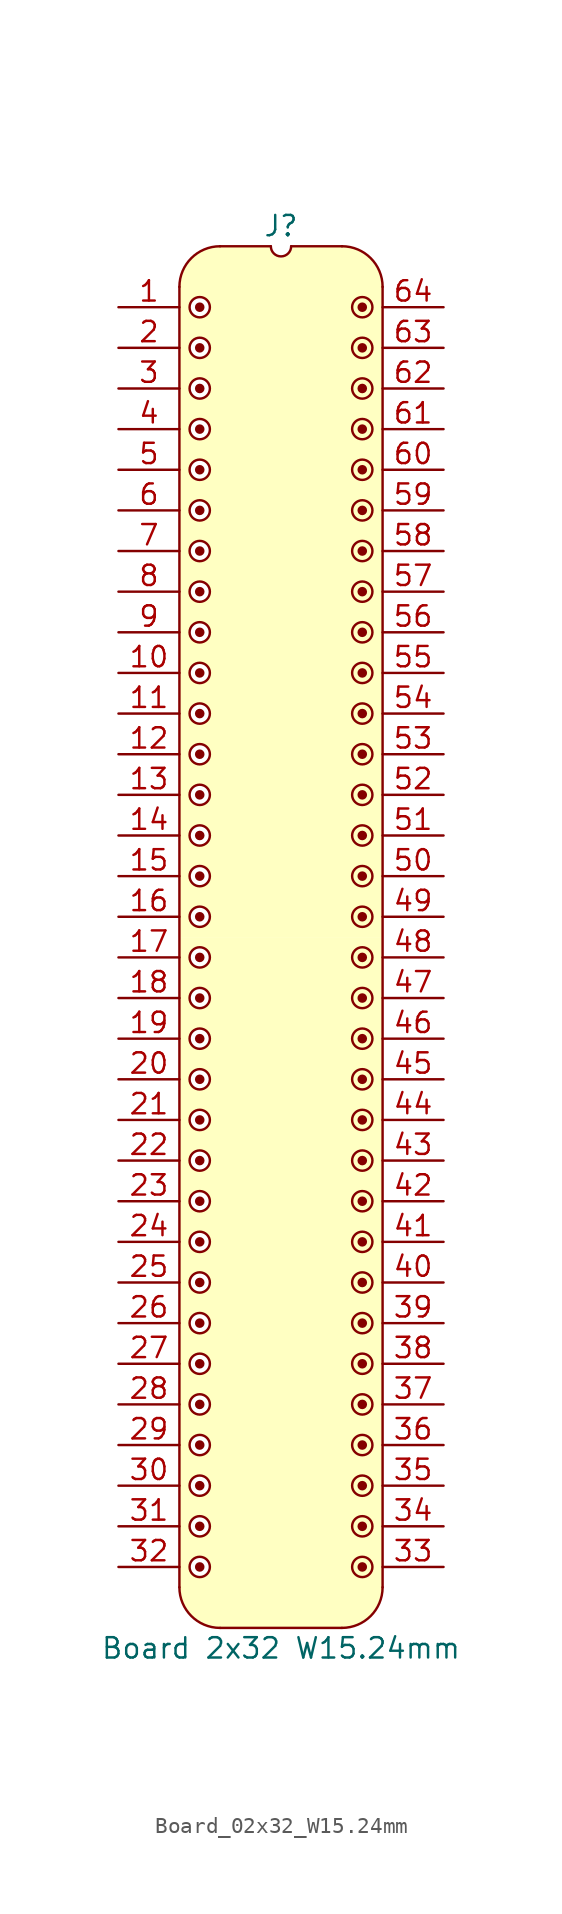
<source format=kicad_sym>
(kicad_symbol_lib
  (version 20241209)
  (generator "kicad_symbol_editor")
  (generator_version "9.0")
  (symbol "Board_02x32_W15.24mm"
    (pin_names
      (offset 1.016)
      (hide yes))
    (property "Reference" "J"
      (at 0 5.08 0)
      (effects (font (size 1.27 1.27))))
    (property "Value" "Board 2x32 W15.24mm"
      (at 0 -83.82 0)
      (effects (font (size 1.27 1.27))))
    (symbol "Board_02x32_W15.24mm_0_1"
      (polyline (pts (xy -6.35 1.27) (xy -6.35 -80.01)) (stroke (width 0) (type default)) (fill (type none)))
      (arc (start -3.8102 -82.5498) (mid -5.6063 -81.8059) (end -6.3502 -80.0098) (stroke (width 0) (type default)) (fill (type none)))
      (arc (start -6.35 1.27) (mid -5.6061 3.0661) (end -3.81 3.81) (stroke (width 0) (type default)) (fill (type none)))
      (polyline (pts (xy -3.81 3.81) (xy -0.635 3.81)) (stroke (width 0) (type default)) (fill (type none)))
      (arc (start 0.635 3.81) (mid 0 3.175) (end -0.635 3.81) (stroke (width 0) (type default)) (fill (type none)))
      (polyline (pts (xy 0.635 3.81) (xy 3.81 3.81)) (stroke (width 0) (type default)) (fill (type none)))
      (polyline (pts (xy 3.81 -82.55) (xy -3.81 -82.55)) (stroke (width 0) (type default)) (fill (type none)))
      (arc (start 3.81 3.81) (mid 5.6061 3.0661) (end 6.35 1.27) (stroke (width 0) (type default)) (fill (type none)))
      (arc (start 6.3498 -80.0098) (mid 5.6059 -81.8059) (end 3.8098 -82.5498) (stroke (width 0) (type default)) (fill (type none)))
      (polyline (pts (xy 6.35 -80.01) (xy 6.35 1.27)) (stroke (width 0) (type default)) (fill (type none))))
    (symbol "Board_02x32_W15.24mm_1_1"
      (polyline (pts (xy -6.35 1.27) (xy -6.096 2.286) (xy -5.588 3.048) (xy -4.826 3.556) (xy -4.064 3.81) (xy -0.762 3.81) (xy -0.508 3.302) (xy 0 3.048) (xy 0 -39.37) (xy -6.35 -39.37) (xy -6.35 1.27)) (stroke (width -0.0001) (type solid)) (fill (type background)))
      (polyline (pts (xy -6.35 -39.37) (xy 0 -39.37) (xy 0 -82.55) (xy -3.81 -82.55) (xy -4.826 -82.296) (xy -5.588 -81.788) (xy -6.096 -81.026) (xy -6.35 -80.01) (xy -6.35 -39.37)) (stroke (width -0.0001) (type solid)) (fill (type background)))
      (circle (center -5.08 0) (radius 0.0001) (stroke (width 0.3) (type solid)) (fill (type none)))
      (circle (center -5.08 0) (radius 0.635) (stroke (width 0) (type solid)) (fill (type color) (color 255 255 255 1)))
      (circle (center -5.08 -2.54) (radius 0.0001) (stroke (width 0.3) (type solid)) (fill (type none)))
      (circle (center -5.08 -2.54) (radius 0.635) (stroke (width 0) (type solid)) (fill (type color) (color 255 255 255 1)))
      (circle (center -5.08 -5.08) (radius 0.0001) (stroke (width 0.3) (type solid)) (fill (type none)))
      (circle (center -5.08 -5.08) (radius 0.635) (stroke (width 0) (type solid)) (fill (type color) (color 255 255 255 1)))
      (circle (center -5.08 -7.62) (radius 0.0001) (stroke (width 0.3) (type solid)) (fill (type none)))
      (circle (center -5.08 -7.62) (radius 0.635) (stroke (width 0) (type solid)) (fill (type color) (color 255 255 255 1)))
      (circle (center -5.08 -10.16) (radius 0.0001) (stroke (width 0.3) (type solid)) (fill (type none)))
      (circle (center -5.08 -10.16) (radius 0.635) (stroke (width 0) (type solid)) (fill (type color) (color 255 255 255 1)))
      (circle (center -5.08 -12.7) (radius 0.0001) (stroke (width 0.3) (type solid)) (fill (type none)))
      (circle (center -5.08 -12.7) (radius 0.635) (stroke (width 0) (type solid)) (fill (type color) (color 255 255 255 1)))
      (circle (center -5.08 -15.24) (radius 0.0001) (stroke (width 0.3) (type solid)) (fill (type none)))
      (circle (center -5.08 -15.24) (radius 0.635) (stroke (width 0) (type solid)) (fill (type color) (color 255 255 255 1)))
      (circle (center -5.08 -17.78) (radius 0.0001) (stroke (width 0.3) (type solid)) (fill (type none)))
      (circle (center -5.08 -17.78) (radius 0.635) (stroke (width 0) (type solid)) (fill (type color) (color 255 255 255 1)))
      (circle (center -5.08 -20.32) (radius 0.0001) (stroke (width 0.3) (type solid)) (fill (type none)))
      (circle (center -5.08 -20.32) (radius 0.635) (stroke (width 0) (type solid)) (fill (type color) (color 255 255 255 1)))
      (circle (center -5.08 -22.86) (radius 0.0001) (stroke (width 0.3) (type solid)) (fill (type none)))
      (circle (center -5.08 -22.86) (radius 0.635) (stroke (width 0) (type solid)) (fill (type color) (color 255 255 255 1)))
      (circle (center -5.08 -25.4) (radius 0.0001) (stroke (width 0.3) (type solid)) (fill (type none)))
      (circle (center -5.08 -25.4) (radius 0.635) (stroke (width 0) (type solid)) (fill (type color) (color 255 255 255 1)))
      (circle (center -5.08 -27.94) (radius 0.0001) (stroke (width 0.3) (type solid)) (fill (type none)))
      (circle (center -5.08 -27.94) (radius 0.635) (stroke (width 0) (type solid)) (fill (type color) (color 255 255 255 1)))
      (circle (center -5.08 -30.48) (radius 0.0001) (stroke (width 0.3) (type solid)) (fill (type none)))
      (circle (center -5.08 -30.48) (radius 0.635) (stroke (width 0) (type solid)) (fill (type color) (color 255 255 255 1)))
      (circle (center -5.08 -33.02) (radius 0.0001) (stroke (width 0.3) (type solid)) (fill (type none)))
      (circle (center -5.08 -33.02) (radius 0.635) (stroke (width 0) (type solid)) (fill (type color) (color 255 255 255 1)))
      (circle (center -5.08 -35.56) (radius 0.0001) (stroke (width 0.3) (type solid)) (fill (type none)))
      (circle (center -5.08 -35.56) (radius 0.635) (stroke (width 0) (type solid)) (fill (type color) (color 255 255 255 1)))
      (circle (center -5.08 -38.1) (radius 0.0001) (stroke (width 0.3) (type solid)) (fill (type none)))
      (circle (center -5.08 -38.1) (radius 0.635) (stroke (width 0) (type solid)) (fill (type color) (color 255 255 255 1)))
      (circle (center -5.08 -40.64) (radius 0.0001) (stroke (width 0.3) (type solid)) (fill (type none)))
      (circle (center -5.08 -40.64) (radius 0.635) (stroke (width 0) (type solid)) (fill (type color) (color 255 255 255 1)))
      (circle (center -5.08 -43.18) (radius 0.0001) (stroke (width 0.3) (type solid)) (fill (type none)))
      (circle (center -5.08 -43.18) (radius 0.635) (stroke (width 0) (type solid)) (fill (type color) (color 255 255 255 1)))
      (circle (center -5.08 -45.72) (radius 0.0001) (stroke (width 0.3) (type solid)) (fill (type none)))
      (circle (center -5.08 -45.72) (radius 0.635) (stroke (width 0) (type solid)) (fill (type color) (color 255 255 255 1)))
      (circle (center -5.08 -48.26) (radius 0.0001) (stroke (width 0.3) (type solid)) (fill (type none)))
      (circle (center -5.08 -48.26) (radius 0.635) (stroke (width 0) (type solid)) (fill (type color) (color 255 255 255 1)))
      (circle (center -5.08 -50.8) (radius 0.0001) (stroke (width 0.3) (type solid)) (fill (type none)))
      (circle (center -5.08 -50.8) (radius 0.635) (stroke (width 0) (type solid)) (fill (type color) (color 255 255 255 1)))
      (circle (center -5.08 -53.34) (radius 0.0001) (stroke (width 0.3) (type solid)) (fill (type none)))
      (circle (center -5.08 -53.34) (radius 0.635) (stroke (width 0) (type solid)) (fill (type color) (color 255 255 255 1)))
      (circle (center -5.08 -55.88) (radius 0.0001) (stroke (width 0.3) (type solid)) (fill (type none)))
      (circle (center -5.08 -55.88) (radius 0.635) (stroke (width 0) (type solid)) (fill (type color) (color 255 255 255 1)))
      (circle (center -5.08 -58.42) (radius 0.0001) (stroke (width 0.3) (type solid)) (fill (type none)))
      (circle (center -5.08 -58.42) (radius 0.635) (stroke (width 0) (type solid)) (fill (type color) (color 255 255 255 1)))
      (circle (center -5.08 -60.96) (radius 0.0001) (stroke (width 0.3) (type solid)) (fill (type none)))
      (circle (center -5.08 -60.96) (radius 0.635) (stroke (width 0) (type solid)) (fill (type color) (color 255 255 255 1)))
      (circle (center -5.08 -63.5) (radius 0.0001) (stroke (width 0.3) (type solid)) (fill (type none)))
      (circle (center -5.08 -63.5) (radius 0.635) (stroke (width 0) (type solid)) (fill (type color) (color 255 255 255 1)))
      (circle (center -5.08 -66.04) (radius 0.0001) (stroke (width 0.3) (type solid)) (fill (type none)))
      (circle (center -5.08 -66.04) (radius 0.635) (stroke (width 0) (type solid)) (fill (type color) (color 255 255 255 1)))
      (circle (center -5.08 -68.58) (radius 0.0001) (stroke (width 0.3) (type solid)) (fill (type none)))
      (circle (center -5.08 -68.58) (radius 0.635) (stroke (width 0) (type solid)) (fill (type color) (color 255 255 255 1)))
      (circle (center -5.08 -71.12) (radius 0.0001) (stroke (width 0.3) (type solid)) (fill (type none)))
      (circle (center -5.08 -71.12) (radius 0.635) (stroke (width 0) (type solid)) (fill (type color) (color 255 255 255 1)))
      (circle (center -5.08 -73.66) (radius 0.0001) (stroke (width 0.3) (type solid)) (fill (type none)))
      (circle (center -5.08 -73.66) (radius 0.635) (stroke (width 0) (type solid)) (fill (type color) (color 255 255 255 1)))
      (circle (center -5.08 -76.2) (radius 0.0001) (stroke (width 0.3) (type solid)) (fill (type none)))
      (circle (center -5.08 -76.2) (radius 0.635) (stroke (width 0) (type solid)) (fill (type color) (color 255 255 255 1)))
      (circle (center -5.08 -78.74) (radius 0.0001) (stroke (width 0.3) (type solid)) (fill (type none)))
      (circle (center -5.08 -78.74) (radius 0.635) (stroke (width 0) (type solid)) (fill (type color) (color 255 255 255 1)))
      (circle (center 5.08 0) (radius 0.0001) (stroke (width 0.3) (type solid)) (fill (type none)))
      (circle (center 5.08 0) (radius 0.635) (stroke (width 0) (type solid)) (fill (type color) (color 255 255 255 1)))
      (circle (center 5.08 -2.54) (radius 0.0001) (stroke (width 0.3) (type solid)) (fill (type none)))
      (circle (center 5.08 -2.54) (radius 0.635) (stroke (width 0) (type solid)) (fill (type color) (color 255 255 255 1)))
      (circle (center 5.08 -5.08) (radius 0.0001) (stroke (width 0.3) (type solid)) (fill (type none)))
      (circle (center 5.08 -5.08) (radius 0.635) (stroke (width 0) (type solid)) (fill (type color) (color 255 255 255 1)))
      (circle (center 5.08 -7.62) (radius 0.0001) (stroke (width 0.3) (type solid)) (fill (type none)))
      (circle (center 5.08 -7.62) (radius 0.635) (stroke (width 0) (type solid)) (fill (type color) (color 255 255 255 1)))
      (circle (center 5.08 -10.16) (radius 0.0001) (stroke (width 0.3) (type solid)) (fill (type none)))
      (circle (center 5.08 -10.16) (radius 0.635) (stroke (width 0) (type solid)) (fill (type color) (color 255 255 255 1)))
      (circle (center 5.08 -12.7) (radius 0.0001) (stroke (width 0.3) (type solid)) (fill (type none)))
      (circle (center 5.08 -12.7) (radius 0.635) (stroke (width 0) (type solid)) (fill (type color) (color 255 255 255 1)))
      (circle (center 5.08 -15.24) (radius 0.0001) (stroke (width 0.3) (type solid)) (fill (type none)))
      (circle (center 5.08 -15.24) (radius 0.635) (stroke (width 0) (type solid)) (fill (type color) (color 255 255 255 1)))
      (circle (center 5.08 -17.78) (radius 0.0001) (stroke (width 0.3) (type solid)) (fill (type none)))
      (circle (center 5.08 -17.78) (radius 0.635) (stroke (width 0) (type solid)) (fill (type color) (color 255 255 255 1)))
      (circle (center 5.08 -20.32) (radius 0.0001) (stroke (width 0.3) (type solid)) (fill (type none)))
      (circle (center 5.08 -20.32) (radius 0.635) (stroke (width 0) (type solid)) (fill (type color) (color 255 255 255 1)))
      (circle (center 5.08 -22.86) (radius 0.0001) (stroke (width 0.3) (type solid)) (fill (type none)))
      (circle (center 5.08 -22.86) (radius 0.635) (stroke (width 0) (type solid)) (fill (type color) (color 255 255 255 1)))
      (circle (center 5.08 -25.4) (radius 0.0001) (stroke (width 0.3) (type solid)) (fill (type none)))
      (circle (center 5.08 -25.4) (radius 0.635) (stroke (width 0) (type solid)) (fill (type color) (color 255 255 255 1)))
      (circle (center 5.08 -27.94) (radius 0.0001) (stroke (width 0.3) (type solid)) (fill (type none)))
      (circle (center 5.08 -27.94) (radius 0.635) (stroke (width 0) (type solid)) (fill (type color) (color 255 255 255 1)))
      (circle (center 5.08 -30.48) (radius 0.0001) (stroke (width 0.3) (type solid)) (fill (type none)))
      (circle (center 5.08 -30.48) (radius 0.635) (stroke (width 0) (type solid)) (fill (type color) (color 255 255 255 1)))
      (circle (center 5.08 -33.02) (radius 0.0001) (stroke (width 0.3) (type solid)) (fill (type none)))
      (circle (center 5.08 -33.02) (radius 0.635) (stroke (width 0) (type solid)) (fill (type color) (color 255 255 255 1)))
      (circle (center 5.08 -35.56) (radius 0.0001) (stroke (width 0.3) (type solid)) (fill (type none)))
      (circle (center 5.08 -35.56) (radius 0.635) (stroke (width 0) (type solid)) (fill (type color) (color 255 255 255 1)))
      (circle (center 5.08 -38.1) (radius 0.0001) (stroke (width 0.3) (type solid)) (fill (type none)))
      (circle (center 5.08 -38.1) (radius 0.635) (stroke (width 0) (type solid)) (fill (type color) (color 255 255 255 1)))
      (circle (center 5.08 -40.64) (radius 0.0001) (stroke (width 0.3) (type solid)) (fill (type none)))
      (circle (center 5.08 -40.64) (radius 0.635) (stroke (width 0) (type solid)) (fill (type color) (color 255 255 255 1)))
      (circle (center 5.08 -43.18) (radius 0.0001) (stroke (width 0.3) (type solid)) (fill (type none)))
      (circle (center 5.08 -43.18) (radius 0.635) (stroke (width 0) (type solid)) (fill (type color) (color 255 255 255 1)))
      (circle (center 5.08 -45.72) (radius 0.0001) (stroke (width 0.3) (type solid)) (fill (type none)))
      (circle (center 5.08 -45.72) (radius 0.635) (stroke (width 0) (type solid)) (fill (type color) (color 255 255 255 1)))
      (circle (center 5.08 -48.26) (radius 0.0001) (stroke (width 0.3) (type solid)) (fill (type none)))
      (circle (center 5.08 -48.26) (radius 0.635) (stroke (width 0) (type solid)) (fill (type color) (color 255 255 255 1)))
      (circle (center 5.08 -50.8) (radius 0.0001) (stroke (width 0.3) (type solid)) (fill (type none)))
      (circle (center 5.08 -50.8) (radius 0.635) (stroke (width 0) (type solid)) (fill (type color) (color 255 255 255 1)))
      (circle (center 5.08 -53.34) (radius 0.0001) (stroke (width 0.3) (type solid)) (fill (type none)))
      (circle (center 5.08 -53.34) (radius 0.635) (stroke (width 0) (type solid)) (fill (type color) (color 255 255 255 1)))
      (circle (center 5.08 -55.88) (radius 0.0001) (stroke (width 0.3) (type solid)) (fill (type none)))
      (circle (center 5.08 -55.88) (radius 0.635) (stroke (width 0) (type solid)) (fill (type color) (color 255 255 255 1)))
      (circle (center 5.08 -58.42) (radius 0.0001) (stroke (width 0.3) (type solid)) (fill (type none)))
      (circle (center 5.08 -58.42) (radius 0.635) (stroke (width 0) (type solid)) (fill (type color) (color 255 255 255 1)))
      (circle (center 5.08 -60.96) (radius 0.0001) (stroke (width 0.3) (type solid)) (fill (type none)))
      (circle (center 5.08 -60.96) (radius 0.635) (stroke (width 0) (type solid)) (fill (type color) (color 255 255 255 1)))
      (circle (center 5.08 -63.5) (radius 0.0001) (stroke (width 0.3) (type solid)) (fill (type none)))
      (circle (center 5.08 -63.5) (radius 0.635) (stroke (width 0) (type solid)) (fill (type color) (color 255 255 255 1)))
      (circle (center 5.08 -66.04) (radius 0.0001) (stroke (width 0.3) (type solid)) (fill (type none)))
      (circle (center 5.08 -66.04) (radius 0.635) (stroke (width 0) (type solid)) (fill (type color) (color 255 255 255 1)))
      (circle (center 5.08 -68.58) (radius 0.0001) (stroke (width 0.3) (type solid)) (fill (type none)))
      (circle (center 5.08 -68.58) (radius 0.635) (stroke (width 0) (type solid)) (fill (type color) (color 255 255 255 1)))
      (circle (center 5.08 -71.12) (radius 0.0001) (stroke (width 0.3) (type solid)) (fill (type none)))
      (circle (center 5.08 -71.12) (radius 0.635) (stroke (width 0) (type solid)) (fill (type color) (color 255 255 255 1)))
      (circle (center 5.08 -73.66) (radius 0.0001) (stroke (width 0.3) (type solid)) (fill (type none)))
      (circle (center 5.08 -73.66) (radius 0.635) (stroke (width 0) (type solid)) (fill (type color) (color 255 255 255 1)))
      (circle (center 5.08 -76.2) (radius 0.0001) (stroke (width 0.3) (type solid)) (fill (type none)))
      (circle (center 5.08 -76.2) (radius 0.635) (stroke (width 0) (type solid)) (fill (type color) (color 255 255 255 1)))
      (circle (center 5.08 -78.74) (radius 0.0001) (stroke (width 0.3) (type solid)) (fill (type none)))
      (circle (center 5.08 -78.74) (radius 0.635) (stroke (width 0) (type solid)) (fill (type color) (color 255 255 255 1)))
      (polyline (pts (xy 6.35 1.27) (xy 6.096 2.286) (xy 5.588 3.048) (xy 4.826 3.556) (xy 4.064 3.81) (xy 0.762 3.81) (xy 0.508 3.302) (xy 0 3.048) (xy 0 -39.37) (xy 6.35 -39.37) (xy 6.35 1.27)) (stroke (width -0.0001) (type solid)) (fill (type background)))
      (polyline (pts (xy 6.35 -39.37) (xy 0 -39.37) (xy 0 -82.55) (xy 3.81 -82.55) (xy 4.826 -82.296) (xy 5.588 -81.788) (xy 6.096 -81.026) (xy 6.35 -80.01)) (stroke (width -0.0001) (type solid)) (fill (type background)))
      (pin passive line (at -10.16 0 0) (length 3.81) (name "" (effects (font (size 1.27 1.27)))) (number "1" (effects (font (size 1.27 1.27)))))
      (pin passive line (at -10.16 -2.54 0) (length 3.81) (name "" (effects (font (size 1.27 1.27)))) (number "2" (effects (font (size 1.27 1.27)))))
      (pin passive line (at -10.16 -5.08 0) (length 3.81) (name "" (effects (font (size 1.27 1.27)))) (number "3" (effects (font (size 1.27 1.27)))))
      (pin passive line (at -10.16 -7.62 0) (length 3.81) (name "" (effects (font (size 1.27 1.27)))) (number "4" (effects (font (size 1.27 1.27)))))
      (pin passive line (at -10.16 -10.16 0) (length 3.81) (name "" (effects (font (size 1.27 1.27)))) (number "5" (effects (font (size 1.27 1.27)))))
      (pin passive line (at -10.16 -12.7 0) (length 3.81) (name "" (effects (font (size 1.27 1.27)))) (number "6" (effects (font (size 1.27 1.27)))))
      (pin passive line (at -10.16 -15.24 0) (length 3.81) (name "" (effects (font (size 1.27 1.27)))) (number "7" (effects (font (size 1.27 1.27)))))
      (pin passive line (at -10.16 -17.78 0) (length 3.81) (name "" (effects (font (size 1.27 1.27)))) (number "8" (effects (font (size 1.27 1.27)))))
      (pin passive line (at -10.16 -20.32 0) (length 3.81) (name "" (effects (font (size 1.27 1.27)))) (number "9" (effects (font (size 1.27 1.27)))))
      (pin passive line (at -10.16 -22.86 0) (length 3.81) (name "" (effects (font (size 1.27 1.27)))) (number "10" (effects (font (size 1.27 1.27)))))
      (pin passive line (at -10.16 -25.4 0) (length 3.81) (name "" (effects (font (size 1.27 1.27)))) (number "11" (effects (font (size 1.27 1.27)))))
      (pin passive line (at -10.16 -27.94 0) (length 3.81) (name "" (effects (font (size 1.27 1.27)))) (number "12" (effects (font (size 1.27 1.27)))))
      (pin passive line (at -10.16 -30.48 0) (length 3.81) (name "" (effects (font (size 1.27 1.27)))) (number "13" (effects (font (size 1.27 1.27)))))
      (pin passive line (at -10.16 -33.02 0) (length 3.81) (name "" (effects (font (size 1.27 1.27)))) (number "14" (effects (font (size 1.27 1.27)))))
      (pin passive line (at -10.16 -35.56 0) (length 3.81) (name "" (effects (font (size 1.27 1.27)))) (number "15" (effects (font (size 1.27 1.27)))))
      (pin passive line (at -10.16 -38.1 0) (length 3.81) (name "" (effects (font (size 1.27 1.27)))) (number "16" (effects (font (size 1.27 1.27)))))
      (pin passive line (at -10.16 -40.64 0) (length 3.81) (name "" (effects (font (size 1.27 1.27)))) (number "17" (effects (font (size 1.27 1.27)))))
      (pin passive line (at -10.16 -43.18 0) (length 3.81) (name "" (effects (font (size 1.27 1.27)))) (number "18" (effects (font (size 1.27 1.27)))))
      (pin passive line (at -10.16 -45.72 0) (length 3.81) (name "" (effects (font (size 1.27 1.27)))) (number "19" (effects (font (size 1.27 1.27)))))
      (pin passive line (at -10.16 -48.26 0) (length 3.81) (name "" (effects (font (size 1.27 1.27)))) (number "20" (effects (font (size 1.27 1.27)))))
      (pin passive line (at -10.16 -50.8 0) (length 3.81) (name "" (effects (font (size 1.27 1.27)))) (number "21" (effects (font (size 1.27 1.27)))))
      (pin passive line (at -10.16 -53.34 0) (length 3.81) (name "" (effects (font (size 1.27 1.27)))) (number "22" (effects (font (size 1.27 1.27)))))
      (pin passive line (at -10.16 -55.88 0) (length 3.81) (name "" (effects (font (size 1.27 1.27)))) (number "23" (effects (font (size 1.27 1.27)))))
      (pin passive line (at -10.16 -58.42 0) (length 3.81) (name "" (effects (font (size 1.27 1.27)))) (number "24" (effects (font (size 1.27 1.27)))))
      (pin passive line (at -10.16 -60.96 0) (length 3.81) (name "" (effects (font (size 1.27 1.27)))) (number "25" (effects (font (size 1.27 1.27)))))
      (pin passive line (at -10.16 -63.5 0) (length 3.81) (name "" (effects (font (size 1.27 1.27)))) (number "26" (effects (font (size 1.27 1.27)))))
      (pin passive line (at -10.16 -66.04 0) (length 3.81) (name "" (effects (font (size 1.27 1.27)))) (number "27" (effects (font (size 1.27 1.27)))))
      (pin passive line (at -10.16 -68.58 0) (length 3.81) (name "" (effects (font (size 1.27 1.27)))) (number "28" (effects (font (size 1.27 1.27)))))
      (pin passive line (at -10.16 -71.12 0) (length 3.81) (name "" (effects (font (size 1.27 1.27)))) (number "29" (effects (font (size 1.27 1.27)))))
      (pin passive line (at -10.16 -73.66 0) (length 3.81) (name "" (effects (font (size 1.27 1.27)))) (number "30" (effects (font (size 1.27 1.27)))))
      (pin passive line (at -10.16 -76.2 0) (length 3.81) (name "" (effects (font (size 1.27 1.27)))) (number "31" (effects (font (size 1.27 1.27)))))
      (pin passive line (at -10.16 -78.74 0) (length 3.81) (name "" (effects (font (size 1.27 1.27)))) (number "32" (effects (font (size 1.27 1.27)))))
      (pin passive line (at 10.16 0 180) (length 3.81) (name "" (effects (font (size 1.27 1.27)))) (number "64" (effects (font (size 1.27 1.27)))))
      (pin passive line (at 10.16 -2.54 180) (length 3.81) (name "" (effects (font (size 1.27 1.27)))) (number "63" (effects (font (size 1.27 1.27)))))
      (pin passive line (at 10.16 -5.08 180) (length 3.81) (name "" (effects (font (size 1.27 1.27)))) (number "62" (effects (font (size 1.27 1.27)))))
      (pin passive line (at 10.16 -7.62 180) (length 3.81) (name "" (effects (font (size 1.27 1.27)))) (number "61" (effects (font (size 1.27 1.27)))))
      (pin passive line (at 10.16 -10.16 180) (length 3.81) (name "" (effects (font (size 1.27 1.27)))) (number "60" (effects (font (size 1.27 1.27)))))
      (pin passive line (at 10.16 -12.7 180) (length 3.81) (name "" (effects (font (size 1.27 1.27)))) (number "59" (effects (font (size 1.27 1.27)))))
      (pin passive line (at 10.16 -15.24 180) (length 3.81) (name "" (effects (font (size 1.27 1.27)))) (number "58" (effects (font (size 1.27 1.27)))))
      (pin passive line (at 10.16 -17.78 180) (length 3.81) (name "" (effects (font (size 1.27 1.27)))) (number "57" (effects (font (size 1.27 1.27)))))
      (pin passive line (at 10.16 -20.32 180) (length 3.81) (name "" (effects (font (size 1.27 1.27)))) (number "56" (effects (font (size 1.27 1.27)))))
      (pin passive line (at 10.16 -22.86 180) (length 3.81) (name "" (effects (font (size 1.27 1.27)))) (number "55" (effects (font (size 1.27 1.27)))))
      (pin passive line (at 10.16 -25.4 180) (length 3.81) (name "" (effects (font (size 1.27 1.27)))) (number "54" (effects (font (size 1.27 1.27)))))
      (pin passive line (at 10.16 -27.94 180) (length 3.81) (name "" (effects (font (size 1.27 1.27)))) (number "53" (effects (font (size 1.27 1.27)))))
      (pin passive line (at 10.16 -30.48 180) (length 3.81) (name "" (effects (font (size 1.27 1.27)))) (number "52" (effects (font (size 1.27 1.27)))))
      (pin passive line (at 10.16 -33.02 180) (length 3.81) (name "" (effects (font (size 1.27 1.27)))) (number "51" (effects (font (size 1.27 1.27)))))
      (pin passive line (at 10.16 -35.56 180) (length 3.81) (name "" (effects (font (size 1.27 1.27)))) (number "50" (effects (font (size 1.27 1.27)))))
      (pin passive line (at 10.16 -38.1 180) (length 3.81) (name "" (effects (font (size 1.27 1.27)))) (number "49" (effects (font (size 1.27 1.27)))))
      (pin passive line (at 10.16 -40.64 180) (length 3.81) (name "" (effects (font (size 1.27 1.27)))) (number "48" (effects (font (size 1.27 1.27)))))
      (pin passive line (at 10.16 -43.18 180) (length 3.81) (name "" (effects (font (size 1.27 1.27)))) (number "47" (effects (font (size 1.27 1.27)))))
      (pin passive line (at 10.16 -45.72 180) (length 3.81) (name "" (effects (font (size 1.27 1.27)))) (number "46" (effects (font (size 1.27 1.27)))))
      (pin passive line (at 10.16 -48.26 180) (length 3.81) (name "" (effects (font (size 1.27 1.27)))) (number "45" (effects (font (size 1.27 1.27)))))
      (pin passive line (at 10.16 -50.8 180) (length 3.81) (name "" (effects (font (size 1.27 1.27)))) (number "44" (effects (font (size 1.27 1.27)))))
      (pin passive line (at 10.16 -53.34 180) (length 3.81) (name "" (effects (font (size 1.27 1.27)))) (number "43" (effects (font (size 1.27 1.27)))))
      (pin passive line (at 10.16 -55.88 180) (length 3.81) (name "" (effects (font (size 1.27 1.27)))) (number "42" (effects (font (size 1.27 1.27)))))
      (pin passive line (at 10.16 -58.42 180) (length 3.81) (name "" (effects (font (size 1.27 1.27)))) (number "41" (effects (font (size 1.27 1.27)))))
      (pin passive line (at 10.16 -60.96 180) (length 3.81) (name "" (effects (font (size 1.27 1.27)))) (number "40" (effects (font (size 1.27 1.27)))))
      (pin passive line (at 10.16 -63.5 180) (length 3.81) (name "" (effects (font (size 1.27 1.27)))) (number "39" (effects (font (size 1.27 1.27)))))
      (pin passive line (at 10.16 -66.04 180) (length 3.81) (name "" (effects (font (size 1.27 1.27)))) (number "38" (effects (font (size 1.27 1.27)))))
      (pin passive line (at 10.16 -68.58 180) (length 3.81) (name "" (effects (font (size 1.27 1.27)))) (number "37" (effects (font (size 1.27 1.27)))))
      (pin passive line (at 10.16 -71.12 180) (length 3.81) (name "" (effects (font (size 1.27 1.27)))) (number "36" (effects (font (size 1.27 1.27)))))
      (pin passive line (at 10.16 -73.66 180) (length 3.81) (name "" (effects (font (size 1.27 1.27)))) (number "35" (effects (font (size 1.27 1.27)))))
      (pin passive line (at 10.16 -76.2 180) (length 3.81) (name "" (effects (font (size 1.27 1.27)))) (number "34" (effects (font (size 1.27 1.27)))))
      (pin passive line (at 10.16 -78.74 180) (length 3.81) (name "" (effects (font (size 1.27 1.27)))) (number "33" (effects (font (size 1.27 1.27))))))))
</source>
